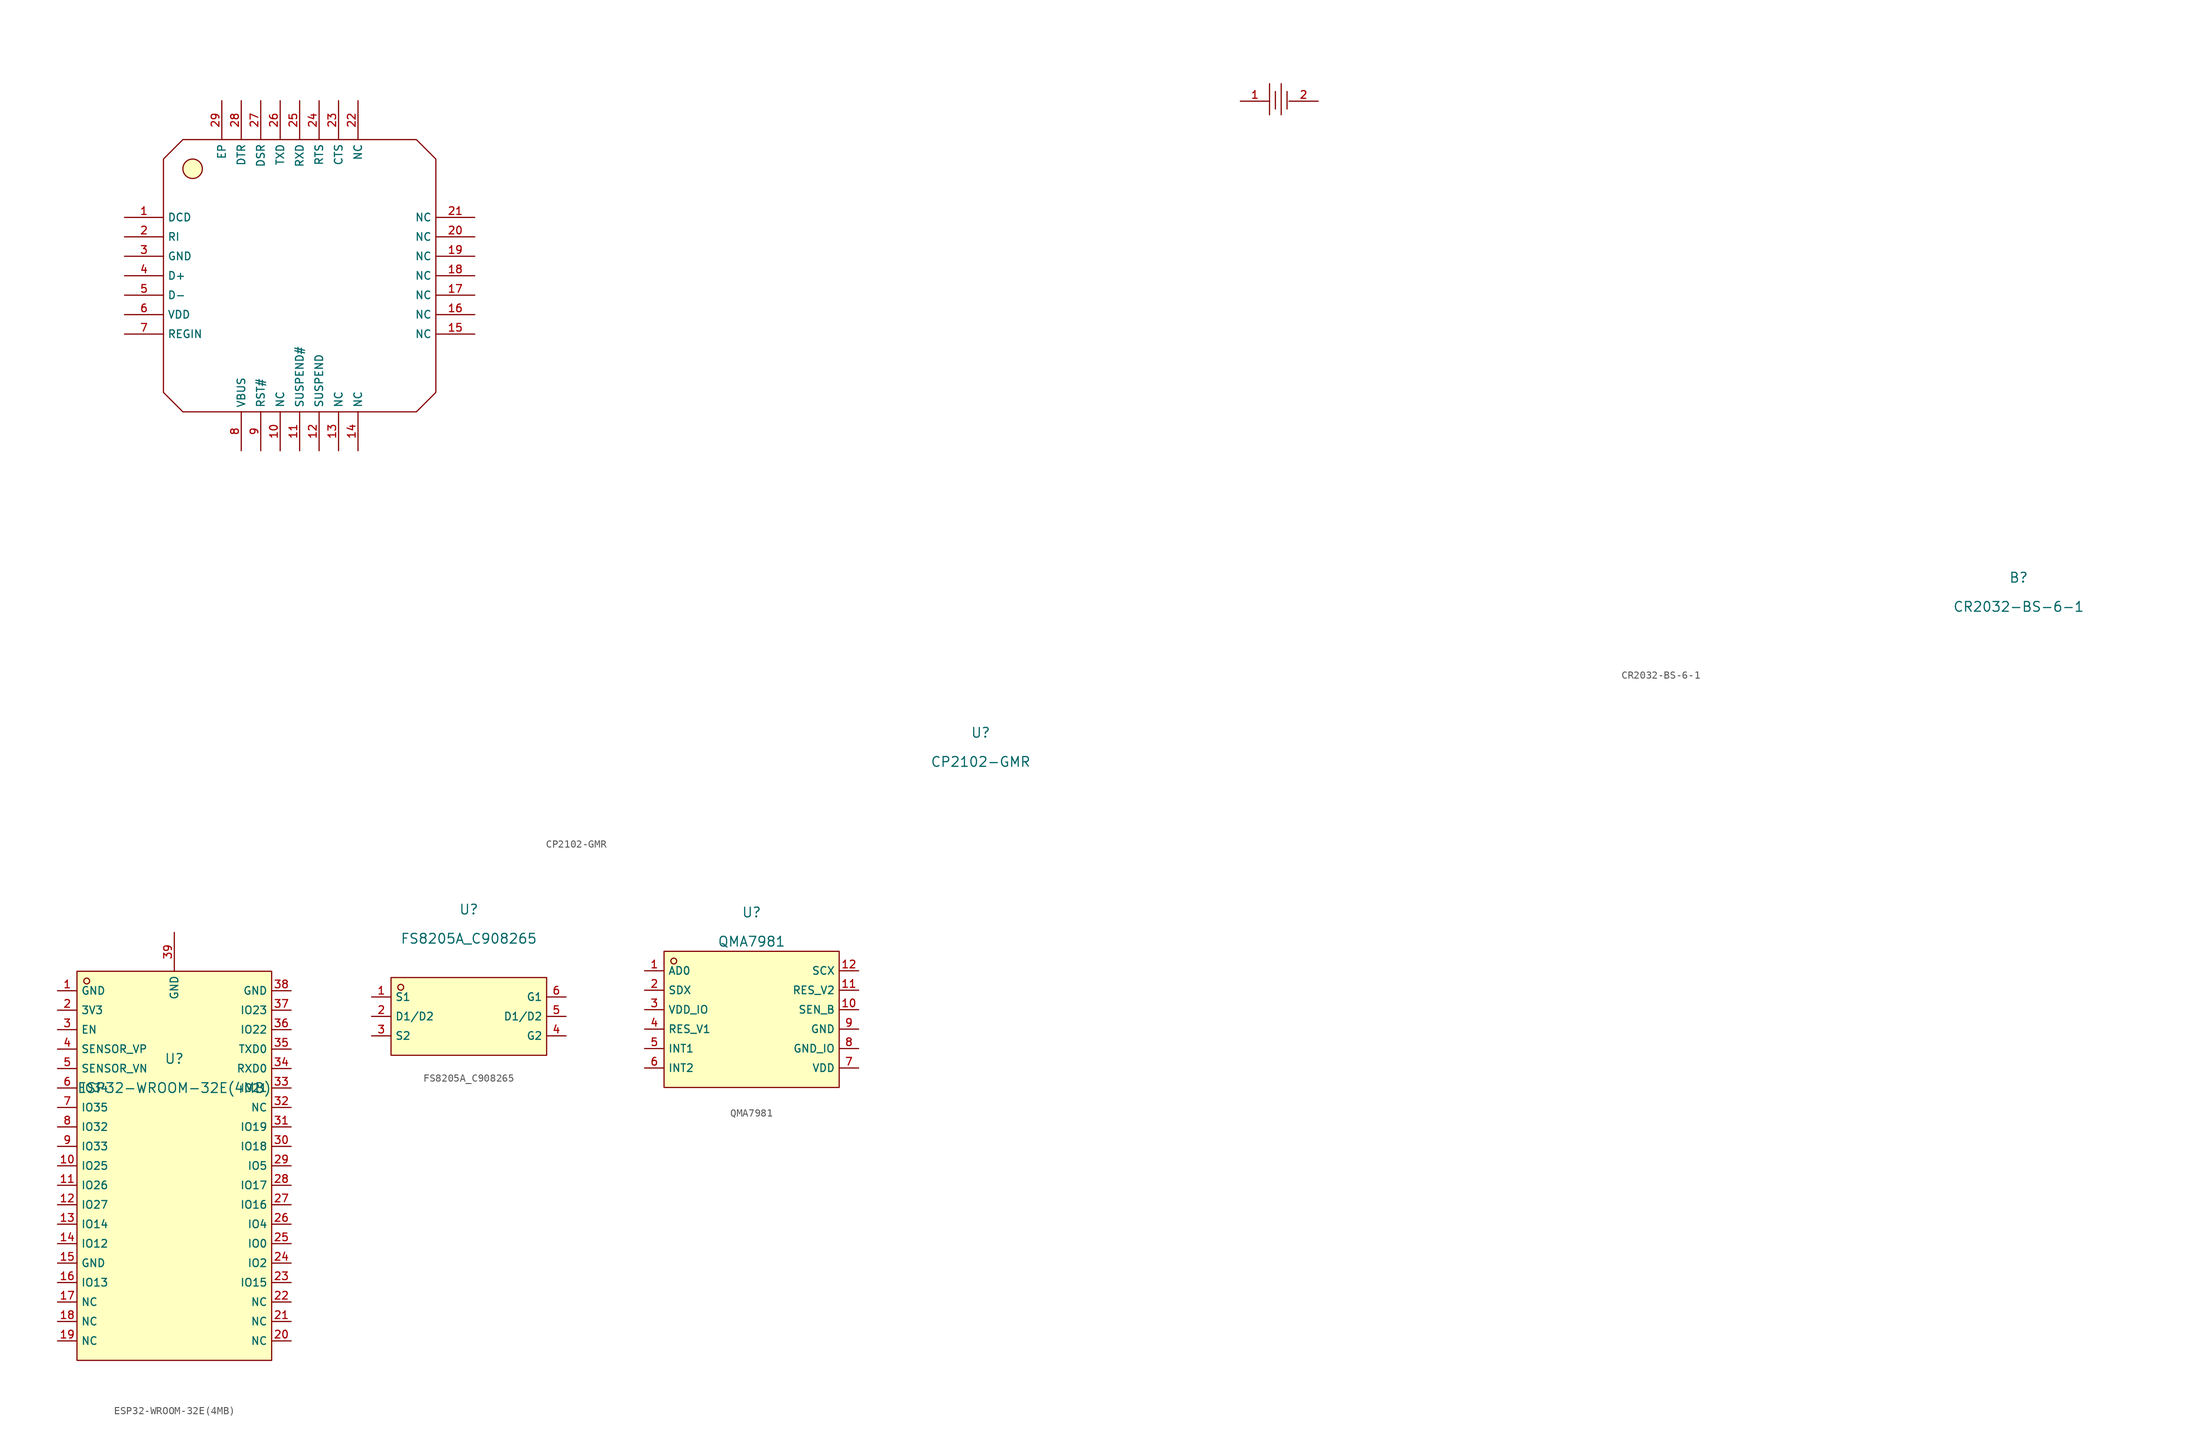
<source format=kicad_sym>
(kicad_symbol_lib
  (version 20211014)
  (generator kicad_symbol_editor)
  (symbol "CP2102-GMR"
    (property "Reference" "U"
      (at 0 1.27 0)
      (effects (font (size 1.27 1.27))))
    (property "Value" "CP2102-GMR"
      (at 0 -2.54 0)
      (effects (font (size 1.27 1.27))))
    (symbol "CP2102-GMR_0_0"
      (circle (center -102.87 74.93) (radius 1.27) (stroke (width 0) (type default) (color 0 0 0 0)) (fill (type background)))
      (polyline (pts (xy -104.14 78.74) (xy -73.66 78.74) (xy -71.12 76.2) (xy -71.12 45.72) (xy -73.66 43.18) (xy -104.14 43.18) (xy -106.68 45.72) (xy -106.68 76.2) (xy -104.14 78.74)) (stroke (width 0) (type default) (color 0 0 0 0)) (fill (type none)))
      (pin unspecified line (at -111.76 68.58 0) (length 5.08) (name "DCD" (effects (font (size 1 1)))) (number "1" (effects (font (size 1 1)))))
      (pin unspecified line (at -91.44 38.1 90) (length 5.08) (name "NC" (effects (font (size 1 1)))) (number "10" (effects (font (size 1 1)))))
      (pin unspecified line (at -88.9 38.1 90) (length 5.08) (name "SUSPEND#" (effects (font (size 1 1)))) (number "11" (effects (font (size 1 1)))))
      (pin unspecified line (at -86.36 38.1 90) (length 5.08) (name "SUSPEND" (effects (font (size 1 1)))) (number "12" (effects (font (size 1 1)))))
      (pin unspecified line (at -83.82 38.1 90) (length 5.08) (name "NC" (effects (font (size 1 1)))) (number "13" (effects (font (size 1 1)))))
      (pin unspecified line (at -81.28 38.1 90) (length 5.08) (name "NC" (effects (font (size 1 1)))) (number "14" (effects (font (size 1 1)))))
      (pin unspecified line (at -66.04 53.34 180) (length 5.08) (name "NC" (effects (font (size 1 1)))) (number "15" (effects (font (size 1 1)))))
      (pin unspecified line (at -66.04 55.88 180) (length 5.08) (name "NC" (effects (font (size 1 1)))) (number "16" (effects (font (size 1 1)))))
      (pin unspecified line (at -66.04 58.42 180) (length 5.08) (name "NC" (effects (font (size 1 1)))) (number "17" (effects (font (size 1 1)))))
      (pin unspecified line (at -66.04 60.96 180) (length 5.08) (name "NC" (effects (font (size 1 1)))) (number "18" (effects (font (size 1 1)))))
      (pin unspecified line (at -66.04 63.5 180) (length 5.08) (name "NC" (effects (font (size 1 1)))) (number "19" (effects (font (size 1 1)))))
      (pin unspecified line (at -111.76 66.04 0) (length 5.08) (name "RI" (effects (font (size 1 1)))) (number "2" (effects (font (size 1 1)))))
      (pin unspecified line (at -66.04 66.04 180) (length 5.08) (name "NC" (effects (font (size 1 1)))) (number "20" (effects (font (size 1 1)))))
      (pin unspecified line (at -66.04 68.58 180) (length 5.08) (name "NC" (effects (font (size 1 1)))) (number "21" (effects (font (size 1 1)))))
      (pin unspecified line (at -81.28 83.82 270) (length 5.08) (name "NC" (effects (font (size 1 1)))) (number "22" (effects (font (size 1 1)))))
      (pin unspecified line (at -83.82 83.82 270) (length 5.08) (name "CTS" (effects (font (size 1 1)))) (number "23" (effects (font (size 1 1)))))
      (pin unspecified line (at -86.36 83.82 270) (length 5.08) (name "RTS" (effects (font (size 1 1)))) (number "24" (effects (font (size 1 1)))))
      (pin unspecified line (at -88.9 83.82 270) (length 5.08) (name "RXD" (effects (font (size 1 1)))) (number "25" (effects (font (size 1 1)))))
      (pin unspecified line (at -91.44 83.82 270) (length 5.08) (name "TXD" (effects (font (size 1 1)))) (number "26" (effects (font (size 1 1)))))
      (pin unspecified line (at -93.98 83.82 270) (length 5.08) (name "DSR" (effects (font (size 1 1)))) (number "27" (effects (font (size 1 1)))))
      (pin unspecified line (at -96.52 83.82 270) (length 5.08) (name "DTR" (effects (font (size 1 1)))) (number "28" (effects (font (size 1 1)))))
      (pin unspecified line (at -99.06 83.82 270) (length 5.08) (name "EP" (effects (font (size 1 1)))) (number "29" (effects (font (size 1 1)))))
      (pin unspecified line (at -111.76 63.5 0) (length 5.08) (name "GND" (effects (font (size 1 1)))) (number "3" (effects (font (size 1 1)))))
      (pin unspecified line (at -111.76 60.96 0) (length 5.08) (name "D+" (effects (font (size 1 1)))) (number "4" (effects (font (size 1 1)))))
      (pin unspecified line (at -111.76 58.42 0) (length 5.08) (name "D-" (effects (font (size 1 1)))) (number "5" (effects (font (size 1 1)))))
      (pin unspecified line (at -111.76 55.88 0) (length 5.08) (name "VDD" (effects (font (size 1 1)))) (number "6" (effects (font (size 1 1)))))
      (pin unspecified line (at -111.76 53.34 0) (length 5.08) (name "REGIN" (effects (font (size 1 1)))) (number "7" (effects (font (size 1 1)))))
      (pin unspecified line (at -96.52 38.1 90) (length 5.08) (name "VBUS" (effects (font (size 1 1)))) (number "8" (effects (font (size 1 1)))))
      (pin unspecified line (at -93.98 38.1 90) (length 5.08) (name "RST#" (effects (font (size 1 1)))) (number "9" (effects (font (size 1 1)))))))
  (symbol "CR2032-BS-6-1"
    (pin_names hide)
    (property "Reference" "B"
      (at 0 1.27 0)
      (effects (font (size 1.27 1.27))))
    (property "Value" "CR2032-BS-6-1"
      (at 0 -2.54 0)
      (effects (font (size 1.27 1.27))))
    (symbol "CR2032-BS-6-1_0_0"
      (polyline (pts (xy -97.79 65.786) (xy -97.79 61.722)) (stroke (width 0) (type default) (color 0 0 0 0)) (fill (type none)))
      (polyline (pts (xy -97.028 64.77) (xy -97.028 62.484)) (stroke (width 0) (type default) (color 0 0 0 0)) (fill (type none)))
      (polyline (pts (xy -96.266 65.786) (xy -96.266 61.722)) (stroke (width 0) (type default) (color 0 0 0 0)) (fill (type none)))
      (polyline (pts (xy -95.504 64.77) (xy -95.504 62.484)) (stroke (width 0) (type default) (color 0 0 0 0)) (fill (type none)))
      (pin input line (at -101.6 63.5 0) (length 3.81) (name "1" (effects (font (size 1 1)))) (number "1" (effects (font (size 1 1)))))
      (pin input line (at -91.44 63.5 180) (length 3.81) (name "2" (effects (font (size 1 1)))) (number "2" (effects (font (size 1 1)))))))
  (symbol "ESP32-WROOM-32E(4MB)"
    (property "Reference" "U"
      (at 0 1.27 0)
      (effects (font (size 1.27 1.27))))
    (property "Value" "ESP32-WROOM-32E(4MB)"
      (at 0 -2.54 0)
      (effects (font (size 1.27 1.27))))
    (symbol "ESP32-WROOM-32E(4MB)_0_0"
      (rectangle (start -12.7 12.7) (end 12.7 -38.1) (stroke (width 0) (type default) (color 0 0 0 0)) (fill (type background)))
      (circle (center -11.43 11.43) (radius 0.381) (stroke (width 0) (type default) (color 0 0 0 0)) (fill (type background)))
      (pin unspecified line (at -15.24 10.16 0) (length 2.54) (name "GND" (effects (font (size 1 1)))) (number "1" (effects (font (size 1 1)))))
      (pin unspecified line (at -15.24 -12.7 0) (length 2.54) (name "IO25" (effects (font (size 1 1)))) (number "10" (effects (font (size 1 1)))))
      (pin unspecified line (at -15.24 -15.24 0) (length 2.54) (name "IO26" (effects (font (size 1 1)))) (number "11" (effects (font (size 1 1)))))
      (pin unspecified line (at -15.24 -17.78 0) (length 2.54) (name "IO27" (effects (font (size 1 1)))) (number "12" (effects (font (size 1 1)))))
      (pin unspecified line (at -15.24 -20.32 0) (length 2.54) (name "IO14" (effects (font (size 1 1)))) (number "13" (effects (font (size 1 1)))))
      (pin unspecified line (at -15.24 -22.86 0) (length 2.54) (name "IO12" (effects (font (size 1 1)))) (number "14" (effects (font (size 1 1)))))
      (pin unspecified line (at -15.24 -25.4 0) (length 2.54) (name "GND" (effects (font (size 1 1)))) (number "15" (effects (font (size 1 1)))))
      (pin unspecified line (at -15.24 -27.94 0) (length 2.54) (name "IO13" (effects (font (size 1 1)))) (number "16" (effects (font (size 1 1)))))
      (pin unspecified line (at -15.24 -30.48 0) (length 2.54) (name "NC" (effects (font (size 1 1)))) (number "17" (effects (font (size 1 1)))))
      (pin unspecified line (at -15.24 -33.02 0) (length 2.54) (name "NC" (effects (font (size 1 1)))) (number "18" (effects (font (size 1 1)))))
      (pin unspecified line (at -15.24 -35.56 0) (length 2.54) (name "NC" (effects (font (size 1 1)))) (number "19" (effects (font (size 1 1)))))
      (pin unspecified line (at -15.24 7.62 0) (length 2.54) (name "3V3" (effects (font (size 1 1)))) (number "2" (effects (font (size 1 1)))))
      (pin unspecified line (at 15.24 -35.56 180) (length 2.54) (name "NC" (effects (font (size 1 1)))) (number "20" (effects (font (size 1 1)))))
      (pin unspecified line (at 15.24 -33.02 180) (length 2.54) (name "NC" (effects (font (size 1 1)))) (number "21" (effects (font (size 1 1)))))
      (pin unspecified line (at 15.24 -30.48 180) (length 2.54) (name "NC" (effects (font (size 1 1)))) (number "22" (effects (font (size 1 1)))))
      (pin unspecified line (at 15.24 -27.94 180) (length 2.54) (name "IO15" (effects (font (size 1 1)))) (number "23" (effects (font (size 1 1)))))
      (pin unspecified line (at 15.24 -25.4 180) (length 2.54) (name "IO2" (effects (font (size 1 1)))) (number "24" (effects (font (size 1 1)))))
      (pin unspecified line (at 15.24 -22.86 180) (length 2.54) (name "IO0" (effects (font (size 1 1)))) (number "25" (effects (font (size 1 1)))))
      (pin unspecified line (at 15.24 -20.32 180) (length 2.54) (name "IO4" (effects (font (size 1 1)))) (number "26" (effects (font (size 1 1)))))
      (pin unspecified line (at 15.24 -17.78 180) (length 2.54) (name "IO16" (effects (font (size 1 1)))) (number "27" (effects (font (size 1 1)))))
      (pin unspecified line (at 15.24 -15.24 180) (length 2.54) (name "IO17" (effects (font (size 1 1)))) (number "28" (effects (font (size 1 1)))))
      (pin unspecified line (at 15.24 -12.7 180) (length 2.54) (name "IO5" (effects (font (size 1 1)))) (number "29" (effects (font (size 1 1)))))
      (pin unspecified line (at -15.24 5.08 0) (length 2.54) (name "EN" (effects (font (size 1 1)))) (number "3" (effects (font (size 1 1)))))
      (pin unspecified line (at 15.24 -10.16 180) (length 2.54) (name "IO18" (effects (font (size 1 1)))) (number "30" (effects (font (size 1 1)))))
      (pin unspecified line (at 15.24 -7.62 180) (length 2.54) (name "IO19" (effects (font (size 1 1)))) (number "31" (effects (font (size 1 1)))))
      (pin unspecified line (at 15.24 -5.08 180) (length 2.54) (name "NC" (effects (font (size 1 1)))) (number "32" (effects (font (size 1 1)))))
      (pin unspecified line (at 15.24 -2.54 180) (length 2.54) (name "IO21" (effects (font (size 1 1)))) (number "33" (effects (font (size 1 1)))))
      (pin unspecified line (at 15.24 0 180) (length 2.54) (name "RXD0" (effects (font (size 1 1)))) (number "34" (effects (font (size 1 1)))))
      (pin unspecified line (at 15.24 2.54 180) (length 2.54) (name "TXD0" (effects (font (size 1 1)))) (number "35" (effects (font (size 1 1)))))
      (pin unspecified line (at 15.24 5.08 180) (length 2.54) (name "IO22" (effects (font (size 1 1)))) (number "36" (effects (font (size 1 1)))))
      (pin unspecified line (at 15.24 7.62 180) (length 2.54) (name "IO23" (effects (font (size 1 1)))) (number "37" (effects (font (size 1 1)))))
      (pin unspecified line (at 15.24 10.16 180) (length 2.54) (name "GND" (effects (font (size 1 1)))) (number "38" (effects (font (size 1 1)))))
      (pin unspecified line (at 0 17.78 270) (length 5.08) (name "GND" (effects (font (size 1 1)))) (number "39" (effects (font (size 1 1)))))
      (pin unspecified line (at -15.24 2.54 0) (length 2.54) (name "SENSOR_VP" (effects (font (size 1 1)))) (number "4" (effects (font (size 1 1)))))
      (pin unspecified line (at -15.24 0 0) (length 2.54) (name "SENSOR_VN" (effects (font (size 1 1)))) (number "5" (effects (font (size 1 1)))))
      (pin unspecified line (at -15.24 -2.54 0) (length 2.54) (name "IO34" (effects (font (size 1 1)))) (number "6" (effects (font (size 1 1)))))
      (pin unspecified line (at -15.24 -5.08 0) (length 2.54) (name "IO35" (effects (font (size 1 1)))) (number "7" (effects (font (size 1 1)))))
      (pin unspecified line (at -15.24 -7.62 0) (length 2.54) (name "IO32" (effects (font (size 1 1)))) (number "8" (effects (font (size 1 1)))))
      (pin unspecified line (at -15.24 -10.16 0) (length 2.54) (name "IO33" (effects (font (size 1 1)))) (number "9" (effects (font (size 1 1)))))))
  (symbol "FS8205A_C908265"
    (property "Reference" "U"
      (at 0 1.27 0)
      (effects (font (size 1.27 1.27))))
    (property "Value" "FS8205A_C908265"
      (at 0 -2.54 0)
      (effects (font (size 1.27 1.27))))
    (symbol "FS8205A_C908265_0_0"
      (rectangle (start -10.16 -7.62) (end 10.16 -17.78) (stroke (width 0) (type default) (color 0 0 0 0)) (fill (type background)))
      (circle (center -8.89 -8.89) (radius 0.381) (stroke (width 0) (type default) (color 0 0 0 0)) (fill (type background)))
      (pin unspecified line (at -12.7 -10.16 0) (length 2.54) (name "S1" (effects (font (size 1 1)))) (number "1" (effects (font (size 1 1)))))
      (pin unspecified line (at -12.7 -12.7 0) (length 2.54) (name "D1/D2" (effects (font (size 1 1)))) (number "2" (effects (font (size 1 1)))))
      (pin unspecified line (at -12.7 -15.24 0) (length 2.54) (name "S2" (effects (font (size 1 1)))) (number "3" (effects (font (size 1 1)))))
      (pin unspecified line (at 12.7 -15.24 180) (length 2.54) (name "G2" (effects (font (size 1 1)))) (number "4" (effects (font (size 1 1)))))
      (pin unspecified line (at 12.7 -12.7 180) (length 2.54) (name "D1/D2" (effects (font (size 1 1)))) (number "5" (effects (font (size 1 1)))))
      (pin unspecified line (at 12.7 -10.16 180) (length 2.54) (name "G1" (effects (font (size 1 1)))) (number "6" (effects (font (size 1 1)))))))
  (symbol "QMA7981"
    (property "Reference" "U"
      (at 0 1.27 0)
      (effects (font (size 1.27 1.27))))
    (property "Value" "QMA7981"
      (at 0 -2.54 0)
      (effects (font (size 1.27 1.27))))
    (symbol "QMA7981_0_0"
      (rectangle (start -11.43 -3.81) (end 11.43 -21.59) (stroke (width 0) (type default) (color 0 0 0 0)) (fill (type background)))
      (circle (center -10.16 -5.08) (radius 0.381) (stroke (width 0) (type default) (color 0 0 0 0)) (fill (type background)))
      (pin unspecified line (at -13.97 -6.35 0) (length 2.54) (name "AD0" (effects (font (size 1 1)))) (number "1" (effects (font (size 1 1)))))
      (pin unspecified line (at 13.97 -11.43 180) (length 2.54) (name "SEN_B" (effects (font (size 1 1)))) (number "10" (effects (font (size 1 1)))))
      (pin unspecified line (at 13.97 -8.89 180) (length 2.54) (name "RES_V2" (effects (font (size 1 1)))) (number "11" (effects (font (size 1 1)))))
      (pin unspecified line (at 13.97 -6.35 180) (length 2.54) (name "SCX" (effects (font (size 1 1)))) (number "12" (effects (font (size 1 1)))))
      (pin unspecified line (at -13.97 -8.89 0) (length 2.54) (name "SDX" (effects (font (size 1 1)))) (number "2" (effects (font (size 1 1)))))
      (pin unspecified line (at -13.97 -11.43 0) (length 2.54) (name "VDD_IO" (effects (font (size 1 1)))) (number "3" (effects (font (size 1 1)))))
      (pin unspecified line (at -13.97 -13.97 0) (length 2.54) (name "RES_V1" (effects (font (size 1 1)))) (number "4" (effects (font (size 1 1)))))
      (pin unspecified line (at -13.97 -16.51 0) (length 2.54) (name "INT1" (effects (font (size 1 1)))) (number "5" (effects (font (size 1 1)))))
      (pin unspecified line (at -13.97 -19.05 0) (length 2.54) (name "INT2" (effects (font (size 1 1)))) (number "6" (effects (font (size 1 1)))))
      (pin unspecified line (at 13.97 -19.05 180) (length 2.54) (name "VDD" (effects (font (size 1 1)))) (number "7" (effects (font (size 1 1)))))
      (pin unspecified line (at 13.97 -16.51 180) (length 2.54) (name "GND_IO" (effects (font (size 1 1)))) (number "8" (effects (font (size 1 1)))))
      (pin unspecified line (at 13.97 -13.97 180) (length 2.54) (name "GND" (effects (font (size 1 1)))) (number "9" (effects (font (size 1 1))))))))
</source>
